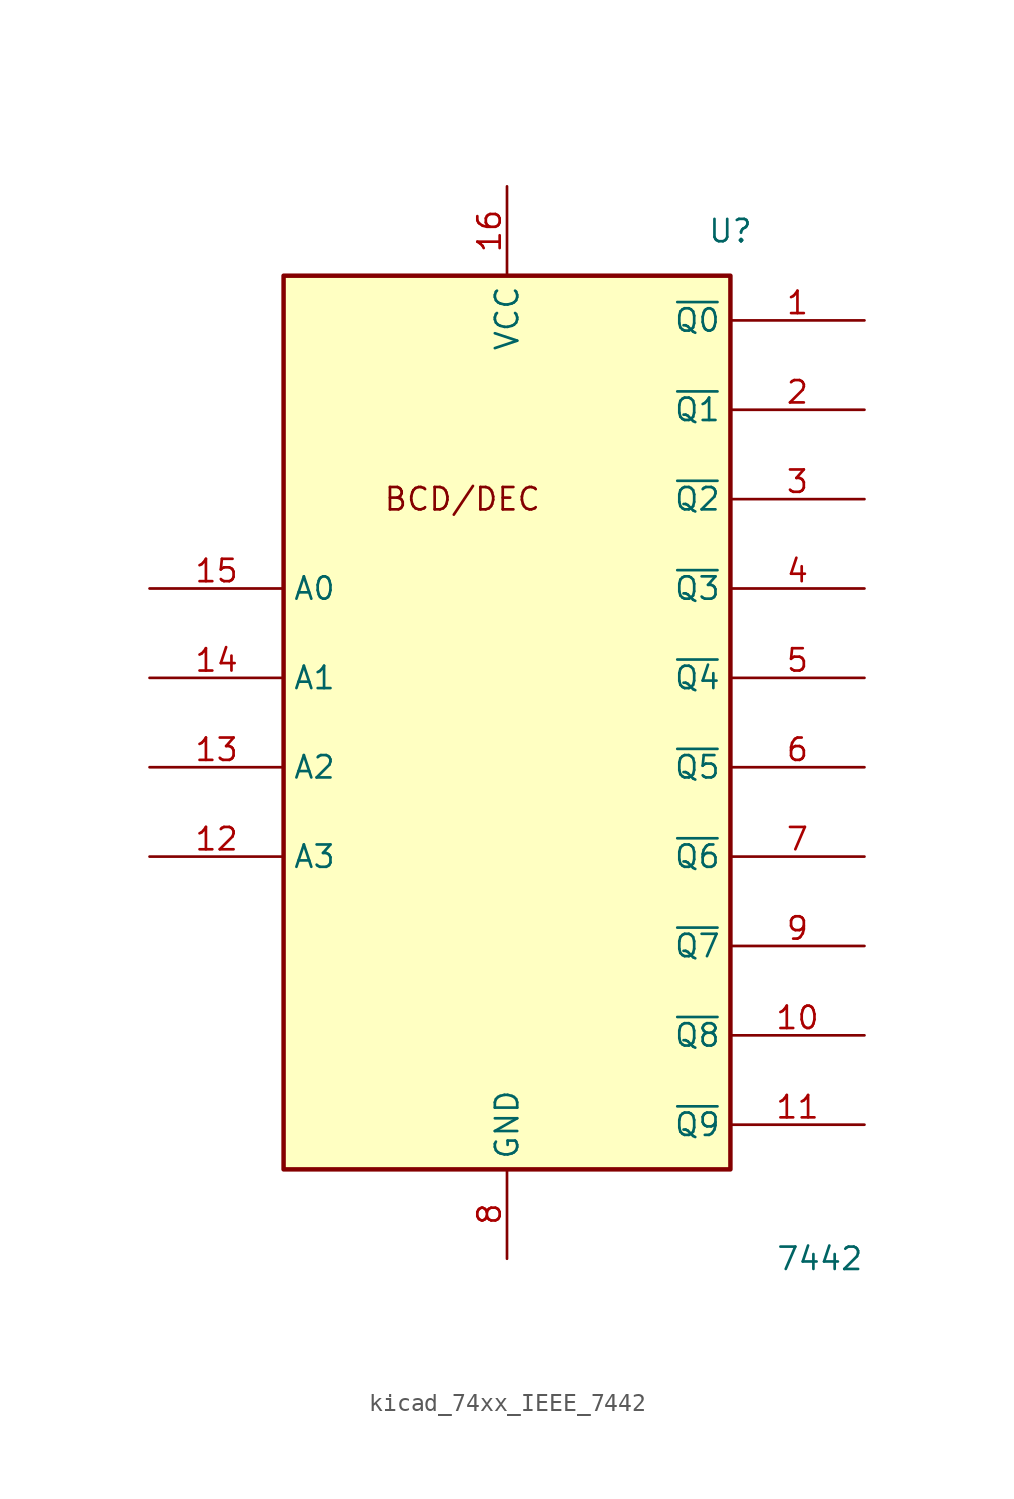
<source format=kicad_sym>
(kicad_symbol_lib
  (version 20220914)
  (generator kicad_symbol_editor)
  (symbol "kicad_74xx_IEEE_7442"
    (property "Reference" "U"
      (at 12.7 27.94 0)
      (effects (font (size 1.27 1.27))))
    (property "Value" "7442"
      (at 17.78 -30.48 0)
      (effects (font (size 1.27 1.27))))
    (symbol "kicad_74xx_IEEE_7442_0_0"
      (rectangle (start -12.7 25.4) (end 12.7 -25.4) (stroke (width 0.254) (type default)) (fill (type background)))
      (text "BCD/DEC" (at -2.54 12.7 0) (effects (font (size 1.27 1.27))))
      (pin power_in line (at 0 30.48 270) (length 5.08) (name "VCC" (effects (font (size 1.27 1.27)))) (number "16" (effects (font (size 1.27 1.27)))))
      (pin power_in line (at 0 -30.48 90) (length 5.08) (name "GND" (effects (font (size 1.27 1.27)))) (number "8" (effects (font (size 1.27 1.27))))))
    (symbol "kicad_74xx_IEEE_7442_1_1"
      (pin output line (at 20.32 22.86 180) (length 7.62) (name "~{Q0}" (effects (font (size 1.27 1.27)))) (number "1" (effects (font (size 1.27 1.27)))))
      (pin output line (at 20.32 -17.78 180) (length 7.62) (name "~{Q8}" (effects (font (size 1.27 1.27)))) (number "10" (effects (font (size 1.27 1.27)))))
      (pin output line (at 20.32 -22.86 180) (length 7.62) (name "~{Q9}" (effects (font (size 1.27 1.27)))) (number "11" (effects (font (size 1.27 1.27)))))
      (pin input line (at -20.32 -7.62 0) (length 7.62) (name "A3" (effects (font (size 1.27 1.27)))) (number "12" (effects (font (size 1.27 1.27)))))
      (pin input line (at -20.32 -2.54 0) (length 7.62) (name "A2" (effects (font (size 1.27 1.27)))) (number "13" (effects (font (size 1.27 1.27)))))
      (pin input line (at -20.32 2.54 0) (length 7.62) (name "A1" (effects (font (size 1.27 1.27)))) (number "14" (effects (font (size 1.27 1.27)))))
      (pin input line (at -20.32 7.62 0) (length 7.62) (name "A0" (effects (font (size 1.27 1.27)))) (number "15" (effects (font (size 1.27 1.27)))))
      (pin output line (at 20.32 17.78 180) (length 7.62) (name "~{Q1}" (effects (font (size 1.27 1.27)))) (number "2" (effects (font (size 1.27 1.27)))))
      (pin output line (at 20.32 12.7 180) (length 7.62) (name "~{Q2}" (effects (font (size 1.27 1.27)))) (number "3" (effects (font (size 1.27 1.27)))))
      (pin output line (at 20.32 7.62 180) (length 7.62) (name "~{Q3}" (effects (font (size 1.27 1.27)))) (number "4" (effects (font (size 1.27 1.27)))))
      (pin output line (at 20.32 2.54 180) (length 7.62) (name "~{Q4}" (effects (font (size 1.27 1.27)))) (number "5" (effects (font (size 1.27 1.27)))))
      (pin output line (at 20.32 -2.54 180) (length 7.62) (name "~{Q5}" (effects (font (size 1.27 1.27)))) (number "6" (effects (font (size 1.27 1.27)))))
      (pin output line (at 20.32 -7.62 180) (length 7.62) (name "~{Q6}" (effects (font (size 1.27 1.27)))) (number "7" (effects (font (size 1.27 1.27)))))
      (pin output line (at 20.32 -12.7 180) (length 7.62) (name "~{Q7}" (effects (font (size 1.27 1.27)))) (number "9" (effects (font (size 1.27 1.27))))))))
</source>
